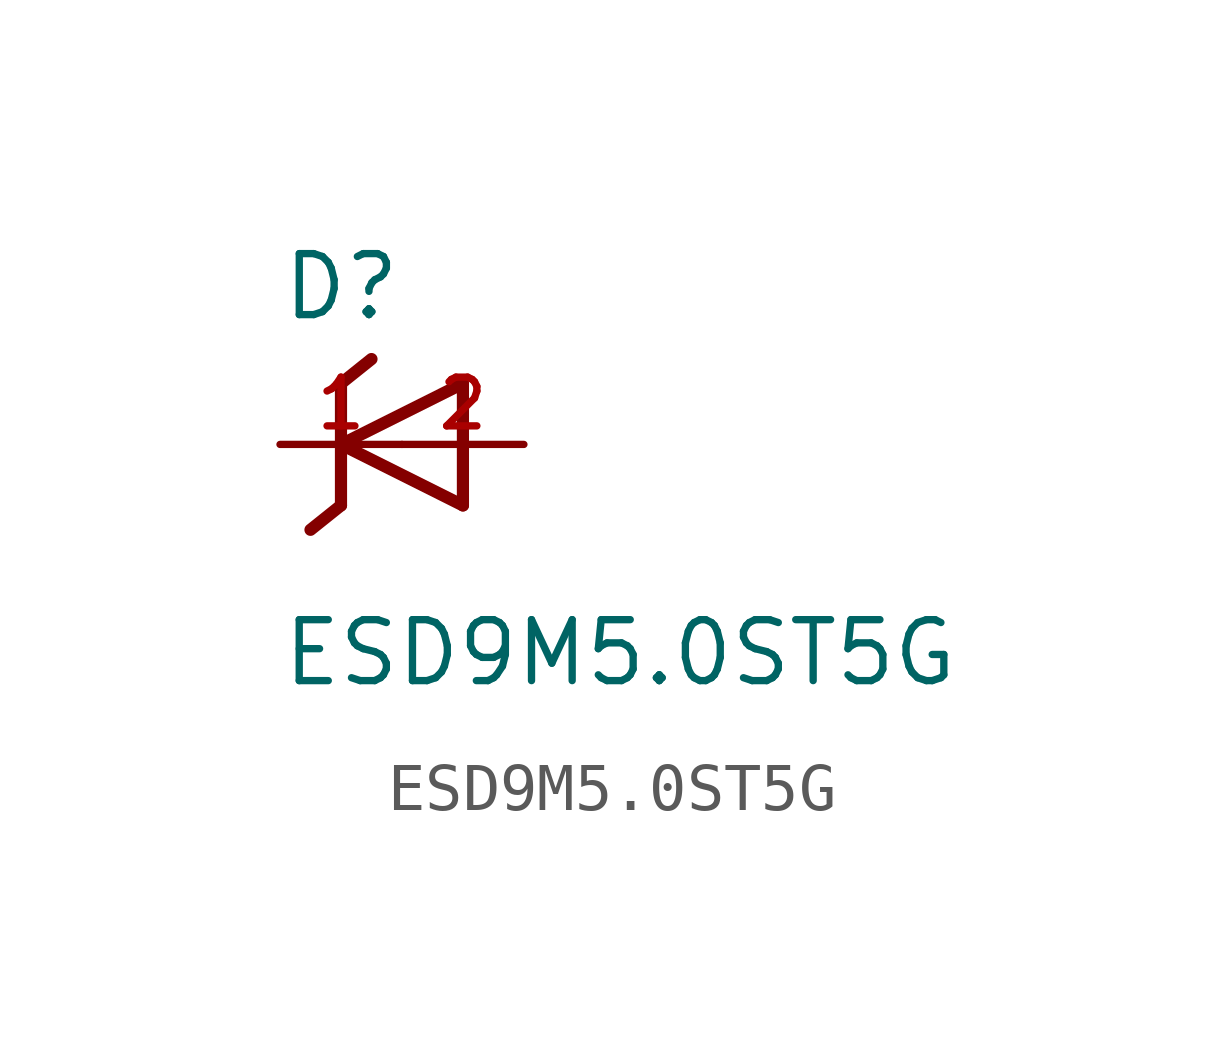
<source format=kicad_sym>
(kicad_symbol_lib
  (version 20211014)
  (generator kicad_symbol_editor)
  (symbol "ESD9M5.0ST5G"
    (pin_names
      (offset 1.016))
    (property "Reference" "D"
      (at -2.541 2.541 0)
      (effects (font (size 1.27 1.27)) (justify bottom left)))
    (property "Value" "ESD9M5.0ST5G"
      (at -2.542 -5.083 0)
      (effects (font (size 1.27 1.27)) (justify bottom left)))
    (symbol "ESD9M5.0ST5G_0_0"
      (polyline (pts (xy 1.27 1.27) (xy -1.27 0.0)) (stroke (width 0.254)))
      (polyline (pts (xy -1.27 0.0) (xy 1.27 -1.27)) (stroke (width 0.254)))
      (polyline (pts (xy -0.635 1.778) (xy -1.27 1.27)) (stroke (width 0.254)))
      (polyline (pts (xy -1.27 1.27) (xy -1.27 0.0)) (stroke (width 0.254)))
      (polyline (pts (xy 1.27 -1.27) (xy 1.27 1.27)) (stroke (width 0.254)))
      (polyline (pts (xy -1.27 0.0) (xy -1.27 -1.27)) (stroke (width 0.254)))
      (polyline (pts (xy -1.27 -1.27) (xy -1.905 -1.778)) (stroke (width 0.254)))
      (pin passive line (at 2.54 0.0 180.0) (length 2.54) (name "~" (effects (font (size 1.016 1.016)))) (number "2" (effects (font (size 1.016 1.016)))))
      (pin passive line (at -2.54 0.0 0) (length 2.54) (name "~" (effects (font (size 1.016 1.016)))) (number "1" (effects (font (size 1.016 1.016))))))))
</source>
